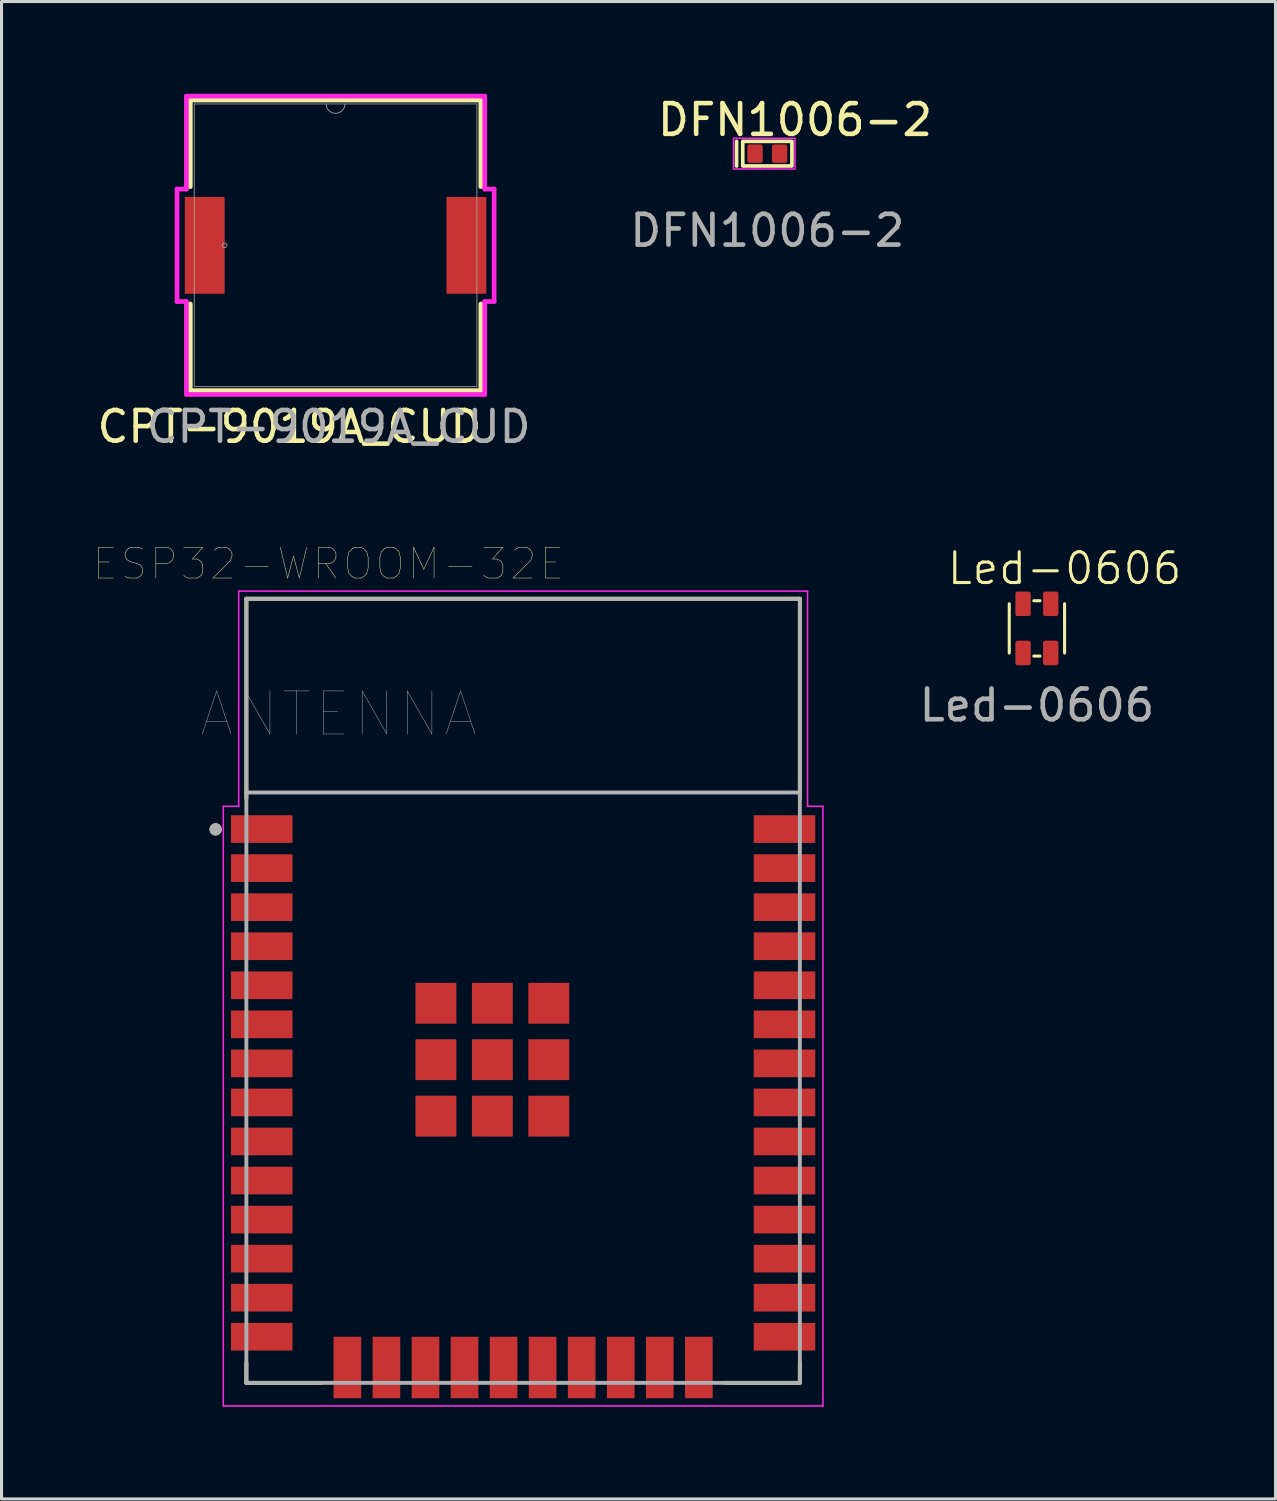
<source format=kicad_pcb>
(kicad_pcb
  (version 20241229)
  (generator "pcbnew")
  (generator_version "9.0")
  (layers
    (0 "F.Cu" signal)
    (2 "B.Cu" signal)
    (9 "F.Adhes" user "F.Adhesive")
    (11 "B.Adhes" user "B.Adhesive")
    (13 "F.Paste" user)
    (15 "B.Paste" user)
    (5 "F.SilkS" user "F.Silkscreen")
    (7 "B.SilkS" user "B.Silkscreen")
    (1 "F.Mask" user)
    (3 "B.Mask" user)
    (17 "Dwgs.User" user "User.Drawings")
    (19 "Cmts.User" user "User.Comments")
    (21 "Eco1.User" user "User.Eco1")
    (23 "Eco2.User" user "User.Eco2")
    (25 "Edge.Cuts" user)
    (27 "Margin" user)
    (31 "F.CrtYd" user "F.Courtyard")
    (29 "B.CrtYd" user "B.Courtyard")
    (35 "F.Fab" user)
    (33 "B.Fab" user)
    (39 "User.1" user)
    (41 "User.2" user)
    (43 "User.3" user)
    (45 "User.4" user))
  (footprint "Led-0606"
    (layer "F.Cu")
    (at 30.671 17.386)
    (property "Reference" "Led-0606" (at 0.9 -1.95 0) (unlocked yes) (layer "F.SilkS") (effects (font (size 1 1) (thickness 0.1))))
    (attr smd)
    (fp_line (start -0.9 -0.8) (end -0.9 0.8) (stroke (width 0.1) (type solid)) (layer "F.SilkS"))
    (fp_line (start -0.1 -0.9) (end 0.1 -0.9) (stroke (width 0.1) (type solid)) (layer "F.SilkS"))
    (fp_line (start -0.1 0.9) (end 0.1 0.9) (stroke (width 0.1) (type solid)) (layer "F.SilkS"))
    (fp_line (start 0.9 -0.8) (end 0.9 0.8) (stroke (width 0.1) (type solid)) (layer "F.SilkS"))
    (fp_text user "${REFERENCE}" (at 0 2.5 0) (unlocked yes) (layer "F.Fab") (effects (font (size 1 1) (thickness 0.15))))
    (pad "1" smd roundrect (at 0.45 0.8) (size 0.5 0.8) (layers "F.Cu" "F.Mask" "F.Paste") (roundrect_rratio 0.15))
    (pad "2" smd roundrect (at -0.45 0.8) (size 0.5 0.8) (layers "F.Cu" "F.Mask" "F.Paste") (roundrect_rratio 0.15))
    (pad "3" smd roundrect (at -0.45 -0.8) (size 0.5 0.8) (layers "F.Cu" "F.Mask" "F.Paste") (roundrect_rratio 0.15))
    (pad "4" smd roundrect (at 0.45 -0.8) (size 0.5 0.8) (layers "F.Cu" "F.Mask" "F.Paste") (roundrect_rratio 0.15)))
  (footprint "ESP32-WROOM-32E"
    (layer "F.Cu")
    (at 13.962 29.172)
    (property "Reference" "ESP32-WROOM-32E" (at -6.325 -13.885 0) (layer "F.SilkS") (effects (font (size 1 1) (thickness 0.015))))
    (attr smd)
    (fp_line (start -9 -12.75) (end 9 -12.75) (stroke (width 0.127) (type solid)) (layer "F.SilkS"))
    (fp_line (start -9 -6.25) (end -9 -12.75) (stroke (width 0.127) (type solid)) (layer "F.SilkS"))
    (fp_line (start -9 12.1) (end -9 12.75) (stroke (width 0.127) (type solid)) (layer "F.SilkS"))
    (fp_line (start -9 12.75) (end -6.55 12.75) (stroke (width 0.127) (type solid)) (layer "F.SilkS"))
    (fp_line (start 6.55 12.75) (end 9 12.75) (stroke (width 0.127) (type solid)) (layer "F.SilkS"))
    (fp_line (start 9 -12.75) (end 9 -6.25) (stroke (width 0.127) (type solid)) (layer "F.SilkS"))
    (fp_line (start 9 12.75) (end 9 12.1) (stroke (width 0.127) (type solid)) (layer "F.SilkS"))
    (fp_circle (center -10 -5.25) (end -9.9 -5.25) (stroke (width 0.2) (type solid)) (fill no) (layer "F.SilkS"))
    (fp_poly (pts (xy -9 -12.75) (xy 9 -12.75) (xy 9 -6.45) (xy -9 -6.45)) (stroke (width 0.01) (type solid)) (fill no) (layer "Dwgs.User"))
    (fp_poly (pts (xy -9 -12.75) (xy 9 -12.75) (xy 9 -6.45) (xy -9 -6.45)) (stroke (width 0.01) (type solid)) (fill no) (layer "Dwgs.User"))
    (fp_line (start -9.75 -6) (end -9.25 -6) (stroke (width 0.05) (type solid)) (layer "F.CrtYd"))
    (fp_line (start -9.75 13.5) (end -9.75 -6) (stroke (width 0.05) (type solid)) (layer "F.CrtYd"))
    (fp_line (start -9.25 -13) (end 9.25 -13) (stroke (width 0.05) (type solid)) (layer "F.CrtYd"))
    (fp_line (start -9.25 -6) (end -9.25 -13) (stroke (width 0.05) (type solid)) (layer "F.CrtYd"))
    (fp_line (start 9.25 -13) (end 9.25 -6) (stroke (width 0.05) (type solid)) (layer "F.CrtYd"))
    (fp_line (start 9.25 -6) (end 9.75 -6) (stroke (width 0.05) (type solid)) (layer "F.CrtYd"))
    (fp_line (start 9.75 -6) (end 9.75 13.5) (stroke (width 0.05) (type solid)) (layer "F.CrtYd"))
    (fp_line (start 9.75 13.5) (end -9.75 13.5) (stroke (width 0.05) (type solid)) (layer "F.CrtYd"))
    (fp_line (start -9 -12.75) (end -9 -6.45) (stroke (width 0.127) (type solid)) (layer "F.Fab"))
    (fp_line (start -9 -12.75) (end 9 -12.75) (stroke (width 0.127) (type solid)) (layer "F.Fab"))
    (fp_line (start -9 -6.45) (end 9 -6.45) (stroke (width 0.127) (type solid)) (layer "F.Fab"))
    (fp_line (start -9 12.75) (end -9 -6.45) (stroke (width 0.127) (type solid)) (layer "F.Fab"))
    (fp_line (start 9 -12.75) (end 9 -6.45) (stroke (width 0.127) (type solid)) (layer "F.Fab"))
    (fp_line (start 9 -6.45) (end 9 12.75) (stroke (width 0.127) (type solid)) (layer "F.Fab"))
    (fp_line (start 9 12.75) (end -9 12.75) (stroke (width 0.127) (type solid)) (layer "F.Fab"))
    (fp_circle (center -10 -5.25) (end -9.9 -5.25) (stroke (width 0.2) (type solid)) (fill no) (layer "F.Fab"))
    (fp_text user "ANTENNA" (at -6 -9 0) (layer "F.Fab") (effects (font (size 1.4 1.4) (thickness 0.015))))
    (pad "1" smd rect (at -8.5 -5.26) (size 2 0.9) (layers "F.Cu" "F.Mask" "F.Paste"))
    (pad "2" smd rect (at -8.5 -3.99) (size 2 0.9) (layers "F.Cu" "F.Mask" "F.Paste"))
    (pad "3" smd rect (at -8.5 -2.72) (size 2 0.9) (layers "F.Cu" "F.Mask" "F.Paste"))
    (pad "4" smd rect (at -8.5 -1.45) (size 2 0.9) (layers "F.Cu" "F.Mask" "F.Paste"))
    (pad "5" smd rect (at -8.5 -0.18) (size 2 0.9) (layers "F.Cu" "F.Mask" "F.Paste"))
    (pad "6" smd rect (at -8.5 1.09) (size 2 0.9) (layers "F.Cu" "F.Mask" "F.Paste"))
    (pad "7" smd rect (at -8.5 2.36) (size 2 0.9) (layers "F.Cu" "F.Mask" "F.Paste"))
    (pad "8" smd rect (at -8.5 3.63) (size 2 0.9) (layers "F.Cu" "F.Mask" "F.Paste"))
    (pad "9" smd rect (at -8.5 4.9) (size 2 0.9) (layers "F.Cu" "F.Mask" "F.Paste"))
    (pad "10" smd rect (at -8.5 6.17) (size 2 0.9) (layers "F.Cu" "F.Mask" "F.Paste"))
    (pad "11" smd rect (at -8.5 7.44) (size 2 0.9) (layers "F.Cu" "F.Mask" "F.Paste"))
    (pad "12" smd rect (at -8.5 8.71) (size 2 0.9) (layers "F.Cu" "F.Mask" "F.Paste"))
    (pad "13" smd rect (at -8.5 9.98) (size 2 0.9) (layers "F.Cu" "F.Mask" "F.Paste"))
    (pad "14" smd rect (at -8.5 11.25) (size 2 0.9) (layers "F.Cu" "F.Mask" "F.Paste"))
    (pad "15" smd rect (at -5.715 12.25) (size 0.9 2) (layers "F.Cu" "F.Mask" "F.Paste"))
    (pad "16" smd rect (at -4.445 12.25) (size 0.9 2) (layers "F.Cu" "F.Mask" "F.Paste"))
    (pad "17" smd rect (at -3.175 12.25) (size 0.9 2) (layers "F.Cu" "F.Mask" "F.Paste"))
    (pad "18" smd rect (at -1.905 12.25) (size 0.9 2) (layers "F.Cu" "F.Mask" "F.Paste"))
    (pad "19" smd rect (at -0.635 12.25) (size 0.9 2) (layers "F.Cu" "F.Mask" "F.Paste"))
    (pad "20" smd rect (at 0.635 12.25) (size 0.9 2) (layers "F.Cu" "F.Mask" "F.Paste"))
    (pad "21" smd rect (at 1.905 12.25) (size 0.9 2) (layers "F.Cu" "F.Mask" "F.Paste"))
    (pad "22" smd rect (at 3.175 12.25) (size 0.9 2) (layers "F.Cu" "F.Mask" "F.Paste"))
    (pad "23" smd rect (at 4.445 12.25) (size 0.9 2) (layers "F.Cu" "F.Mask" "F.Paste"))
    (pad "24" smd rect (at 5.715 12.25) (size 0.9 2) (layers "F.Cu" "F.Mask" "F.Paste"))
    (pad "25" smd rect (at 8.5 11.25) (size 2 0.9) (layers "F.Cu" "F.Mask" "F.Paste"))
    (pad "26" smd rect (at 8.5 9.98) (size 2 0.9) (layers "F.Cu" "F.Mask" "F.Paste"))
    (pad "27" smd rect (at 8.5 8.71) (size 2 0.9) (layers "F.Cu" "F.Mask" "F.Paste"))
    (pad "28" smd rect (at 8.5 7.44) (size 2 0.9) (layers "F.Cu" "F.Mask" "F.Paste"))
    (pad "29" smd rect (at 8.5 6.17) (size 2 0.9) (layers "F.Cu" "F.Mask" "F.Paste"))
    (pad "30" smd rect (at 8.5 4.9) (size 2 0.9) (layers "F.Cu" "F.Mask" "F.Paste"))
    (pad "31" smd rect (at 8.5 3.63) (size 2 0.9) (layers "F.Cu" "F.Mask" "F.Paste"))
    (pad "32" smd rect (at 8.5 2.36) (size 2 0.9) (layers "F.Cu" "F.Mask" "F.Paste"))
    (pad "33" smd rect (at 8.5 1.09) (size 2 0.9) (layers "F.Cu" "F.Mask" "F.Paste"))
    (pad "34" smd rect (at 8.5 -0.18) (size 2 0.9) (layers "F.Cu" "F.Mask" "F.Paste"))
    (pad "35" smd rect (at 8.5 -1.45) (size 2 0.9) (layers "F.Cu" "F.Mask" "F.Paste"))
    (pad "36" smd rect (at 8.5 -2.72) (size 2 0.9) (layers "F.Cu" "F.Mask" "F.Paste"))
    (pad "37" smd rect (at 8.5 -3.99) (size 2 0.9) (layers "F.Cu" "F.Mask" "F.Paste"))
    (pad "38" smd rect (at 8.5 -5.26) (size 2 0.9) (layers "F.Cu" "F.Mask" "F.Paste"))
    (pad "39" smd rect (at -2.835 0.405) (size 1.33 1.33) (layers "F.Cu" "F.Mask" "F.Paste"))
    (pad "39" smd rect (at -2.835 2.24) (size 1.33 1.33) (layers "F.Cu" "F.Mask" "F.Paste"))
    (pad "39" smd rect (at -2.835 4.075) (size 1.33 1.33) (layers "F.Cu" "F.Mask" "F.Paste"))
    (pad "39" smd rect (at -1 0.405) (size 1.33 1.33) (layers "F.Cu" "F.Mask" "F.Paste"))
    (pad "39" smd rect (at -1 2.24) (size 1.33 1.33) (layers "F.Cu" "F.Mask" "F.Paste"))
    (pad "39" smd rect (at -1 4.075) (size 1.33 1.33) (layers "F.Cu" "F.Mask" "F.Paste"))
    (pad "39" smd rect (at 0.835 0.405) (size 1.33 1.33) (layers "F.Cu" "F.Mask" "F.Paste"))
    (pad "39" smd rect (at 0.835 2.24) (size 1.33 1.33) (layers "F.Cu" "F.Mask" "F.Paste"))
    (pad "39" smd rect (at 0.835 4.075) (size 1.33 1.33) (layers "F.Cu" "F.Mask" "F.Paste")))
  (footprint "DFN1006-2"
    (layer "F.Cu")
    (at 21.904 1.948)
    (property "Reference" "DFN1006-2" (at 0.9 -1.1 0) (unlocked yes) (layer "F.SilkS") (effects (font (size 1 1) (thickness 0.15))))
    (attr smd)
    (fp_line (start -1 -0.4) (end -1 0.4) (stroke (width 0.12) (type default)) (layer "F.SilkS"))
    (fp_rect (start -0.8 -0.4) (end 0.8 0.4) (stroke (width 0.12) (type default)) (fill no) (layer "F.SilkS"))
    (fp_rect (start -1.1 -0.5) (end 0.9 0.5) (stroke (width 0.05) (type default)) (fill no) (layer "F.CrtYd"))
    (fp_text user "${REFERENCE}" (at 0 2.5 0) (unlocked yes) (layer "F.Fab") (effects (font (size 1 1) (thickness 0.15))))
    (pad "1" smd roundrect (at -0.4 0) (size 0.5 0.6) (layers "F.Cu" "F.Mask" "F.Paste") (roundrect_rratio 0.15))
    (pad "2" smd roundrect (at 0.4 0) (size 0.5 0.6) (layers "F.Cu" "F.Mask" "F.Paste") (roundrect_rratio 0.15)))
  (footprint "CPT-9019A_CUD"
    (layer "F.Cu")
    (at 7.863 4.928)
    (property "Reference" "CPT-9019A_CUD" (at -1.5 5.9 0) (unlocked yes) (layer "F.SilkS") (effects (font (size 1 1) (thickness 0.15))))
    (attr smd)
    (fp_line (start -4.724 -4.724) (end -4.724 -1.908) (stroke (width 0.152) (type solid)) (layer "F.SilkS"))
    (fp_line (start -4.724 1.908) (end -4.724 4.724) (stroke (width 0.152) (type solid)) (layer "F.SilkS"))
    (fp_line (start -4.724 4.724) (end 4.724 4.724) (stroke (width 0.152) (type solid)) (layer "F.SilkS"))
    (fp_line (start 4.724 -4.724) (end -4.724 -4.724) (stroke (width 0.152) (type solid)) (layer "F.SilkS"))
    (fp_line (start 4.724 -1.908) (end 4.724 -4.724) (stroke (width 0.152) (type solid)) (layer "F.SilkS"))
    (fp_line (start 4.724 4.724) (end 4.724 1.908) (stroke (width 0.152) (type solid)) (layer "F.SilkS"))
    (fp_line (start -5.156 -1.829) (end -4.851 -1.829) (stroke (width 0.152) (type solid)) (layer "F.CrtYd"))
    (fp_line (start -5.156 1.829) (end -5.156 -1.829) (stroke (width 0.152) (type solid)) (layer "F.CrtYd"))
    (fp_line (start -5.156 1.829) (end -4.851 1.829) (stroke (width 0.152) (type solid)) (layer "F.CrtYd"))
    (fp_line (start -4.851 -4.851) (end 4.851 -4.851) (stroke (width 0.152) (type solid)) (layer "F.CrtYd"))
    (fp_line (start -4.851 -1.829) (end -4.851 -4.851) (stroke (width 0.152) (type solid)) (layer "F.CrtYd"))
    (fp_line (start -4.851 4.851) (end -4.851 1.829) (stroke (width 0.152) (type solid)) (layer "F.CrtYd"))
    (fp_line (start 4.851 -4.851) (end 4.851 -1.829) (stroke (width 0.152) (type solid)) (layer "F.CrtYd"))
    (fp_line (start 4.851 1.829) (end 4.851 4.851) (stroke (width 0.152) (type solid)) (layer "F.CrtYd"))
    (fp_line (start 4.851 4.851) (end -4.851 4.851) (stroke (width 0.152) (type solid)) (layer "F.CrtYd"))
    (fp_line (start 5.156 -1.829) (end 4.851 -1.829) (stroke (width 0.152) (type solid)) (layer "F.CrtYd"))
    (fp_line (start 5.156 -1.829) (end 5.156 1.829) (stroke (width 0.152) (type solid)) (layer "F.CrtYd"))
    (fp_line (start 5.156 1.829) (end 4.851 1.829) (stroke (width 0.152) (type solid)) (layer "F.CrtYd"))
    (fp_line (start -4.597 -4.597) (end -4.597 4.597) (stroke (width 0.025) (type solid)) (layer "F.Fab"))
    (fp_line (start -4.597 4.597) (end 4.597 4.597) (stroke (width 0.025) (type solid)) (layer "F.Fab"))
    (fp_line (start 4.597 -4.597) (end -4.597 -4.597) (stroke (width 0.025) (type solid)) (layer "F.Fab"))
    (fp_line (start 4.597 4.597) (end 4.597 -4.597) (stroke (width 0.025) (type solid)) (layer "F.Fab"))
    (fp_arc (start 0.3048 -4.5974) (mid 0 -4.2926) (end -0.3048 -4.5974) (stroke (width 0.0254) (type solid)) (layer "F.Fab"))
    (fp_circle (center -3.607 0) (end -3.531 0) (stroke (width 0.025) (type solid)) (fill no) (layer "F.Fab"))
    (fp_text user "${REFERENCE}" (at 0.1 5.9 0) (unlocked yes) (layer "F.Fab") (effects (font (size 1 1) (thickness 0.15))))
    (pad "1" smd rect (at -4.255 0) (size 1.295 3.15) (layers "F.Cu" "F.Mask" "F.Paste"))
    (pad "2" smd rect (at 4.255 0) (size 1.295 3.15) (layers "F.Cu" "F.Mask" "F.Paste")))
  (gr_rect
    (start -3 -3)
    (end 38.431 45.697)
    (stroke (width 0.1) (type default))
    (fill no)
    (layer "Edge.Cuts")))
</source>
